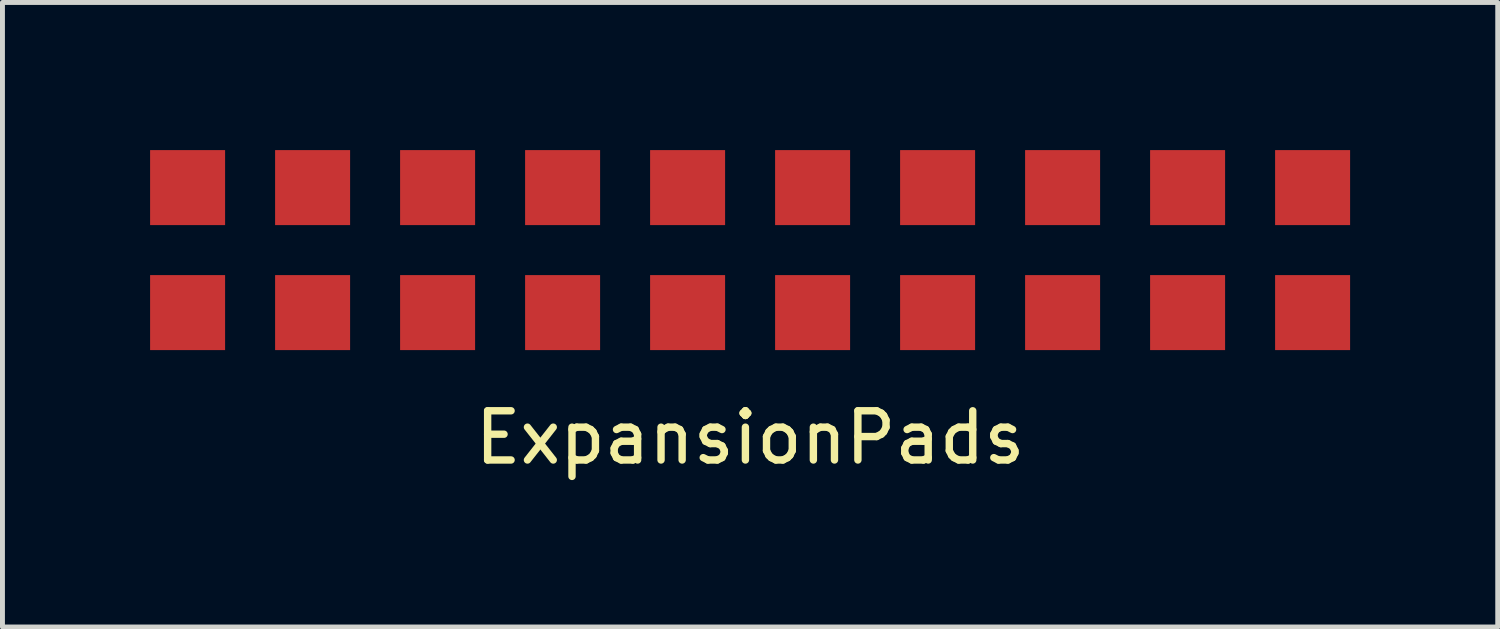
<source format=kicad_pcb>
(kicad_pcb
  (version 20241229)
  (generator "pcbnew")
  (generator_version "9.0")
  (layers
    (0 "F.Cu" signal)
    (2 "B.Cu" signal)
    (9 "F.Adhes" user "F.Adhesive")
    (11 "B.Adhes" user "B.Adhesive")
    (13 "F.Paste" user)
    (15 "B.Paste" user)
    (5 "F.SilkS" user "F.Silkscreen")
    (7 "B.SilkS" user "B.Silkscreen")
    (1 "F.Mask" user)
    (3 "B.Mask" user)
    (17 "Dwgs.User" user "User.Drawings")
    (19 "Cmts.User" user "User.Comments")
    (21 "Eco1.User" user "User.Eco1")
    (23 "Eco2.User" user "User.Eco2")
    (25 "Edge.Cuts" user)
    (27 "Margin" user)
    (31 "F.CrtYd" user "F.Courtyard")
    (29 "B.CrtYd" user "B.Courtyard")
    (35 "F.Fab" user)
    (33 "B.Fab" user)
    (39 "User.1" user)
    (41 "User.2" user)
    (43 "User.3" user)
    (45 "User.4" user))
  (footprint "ExpansionPads"
    (layer "F.Cu")
    (at 12.192 2.032)
    (property "Reference" "ExpansionPads" (at 0 3.81 0) (layer "F.SilkS") (effects (font (size 1 1) (thickness 0.15))))
    (attr through_hole)
    (pad "1" smd rect (at -11.43 -1.27) (size 1.524 1.524) (layers "F.Cu" "F.Mask" "F.Paste"))
    (pad "2" smd rect (at -8.89 -1.27) (size 1.524 1.524) (layers "F.Cu" "F.Mask" "F.Paste"))
    (pad "3" smd rect (at -6.35 -1.27) (size 1.524 1.524) (layers "F.Cu" "F.Mask" "F.Paste"))
    (pad "4" smd rect (at -3.81 -1.27) (size 1.524 1.524) (layers "F.Cu" "F.Mask" "F.Paste"))
    (pad "5" smd rect (at -1.27 -1.27) (size 1.524 1.524) (layers "F.Cu" "F.Mask" "F.Paste"))
    (pad "6" smd rect (at 1.27 -1.27) (size 1.524 1.524) (layers "F.Cu" "F.Mask" "F.Paste"))
    (pad "7" smd rect (at 3.81 -1.27) (size 1.524 1.524) (layers "F.Cu" "F.Mask" "F.Paste"))
    (pad "8" smd rect (at 6.35 -1.27) (size 1.524 1.524) (layers "F.Cu" "F.Mask" "F.Paste"))
    (pad "9" smd rect (at 8.89 -1.27) (size 1.524 1.524) (layers "F.Cu" "F.Mask" "F.Paste"))
    (pad "10" smd rect (at 11.43 -1.27) (size 1.524 1.524) (layers "F.Cu" "F.Mask" "F.Paste"))
    (pad "11" smd rect (at 11.43 1.27) (size 1.524 1.524) (layers "F.Cu" "F.Mask" "F.Paste"))
    (pad "12" smd rect (at 8.89 1.27) (size 1.524 1.524) (layers "F.Cu" "F.Mask" "F.Paste"))
    (pad "13" smd rect (at 6.35 1.27) (size 1.524 1.524) (layers "F.Cu" "F.Mask" "F.Paste"))
    (pad "14" smd rect (at 3.81 1.27) (size 1.524 1.524) (layers "F.Cu" "F.Mask" "F.Paste"))
    (pad "15" smd rect (at 1.27 1.27) (size 1.524 1.524) (layers "F.Cu" "F.Mask" "F.Paste"))
    (pad "16" smd rect (at -1.27 1.27) (size 1.524 1.524) (layers "F.Cu" "F.Mask" "F.Paste"))
    (pad "17" smd rect (at -3.81 1.27) (size 1.524 1.524) (layers "F.Cu" "F.Mask" "F.Paste"))
    (pad "18" smd rect (at -6.35 1.27) (size 1.524 1.524) (layers "F.Cu" "F.Mask" "F.Paste"))
    (pad "19" smd rect (at -8.89 1.27) (size 1.524 1.524) (layers "F.Cu" "F.Mask" "F.Paste"))
    (pad "20" smd rect (at -11.43 1.27) (size 1.524 1.524) (layers "F.Cu" "F.Mask" "F.Paste")))
  (gr_rect
    (start -3 -3)
    (end 27.384 9.69)
    (stroke (width 0.1) (type default))
    (fill no)
    (layer "Edge.Cuts")))
</source>
